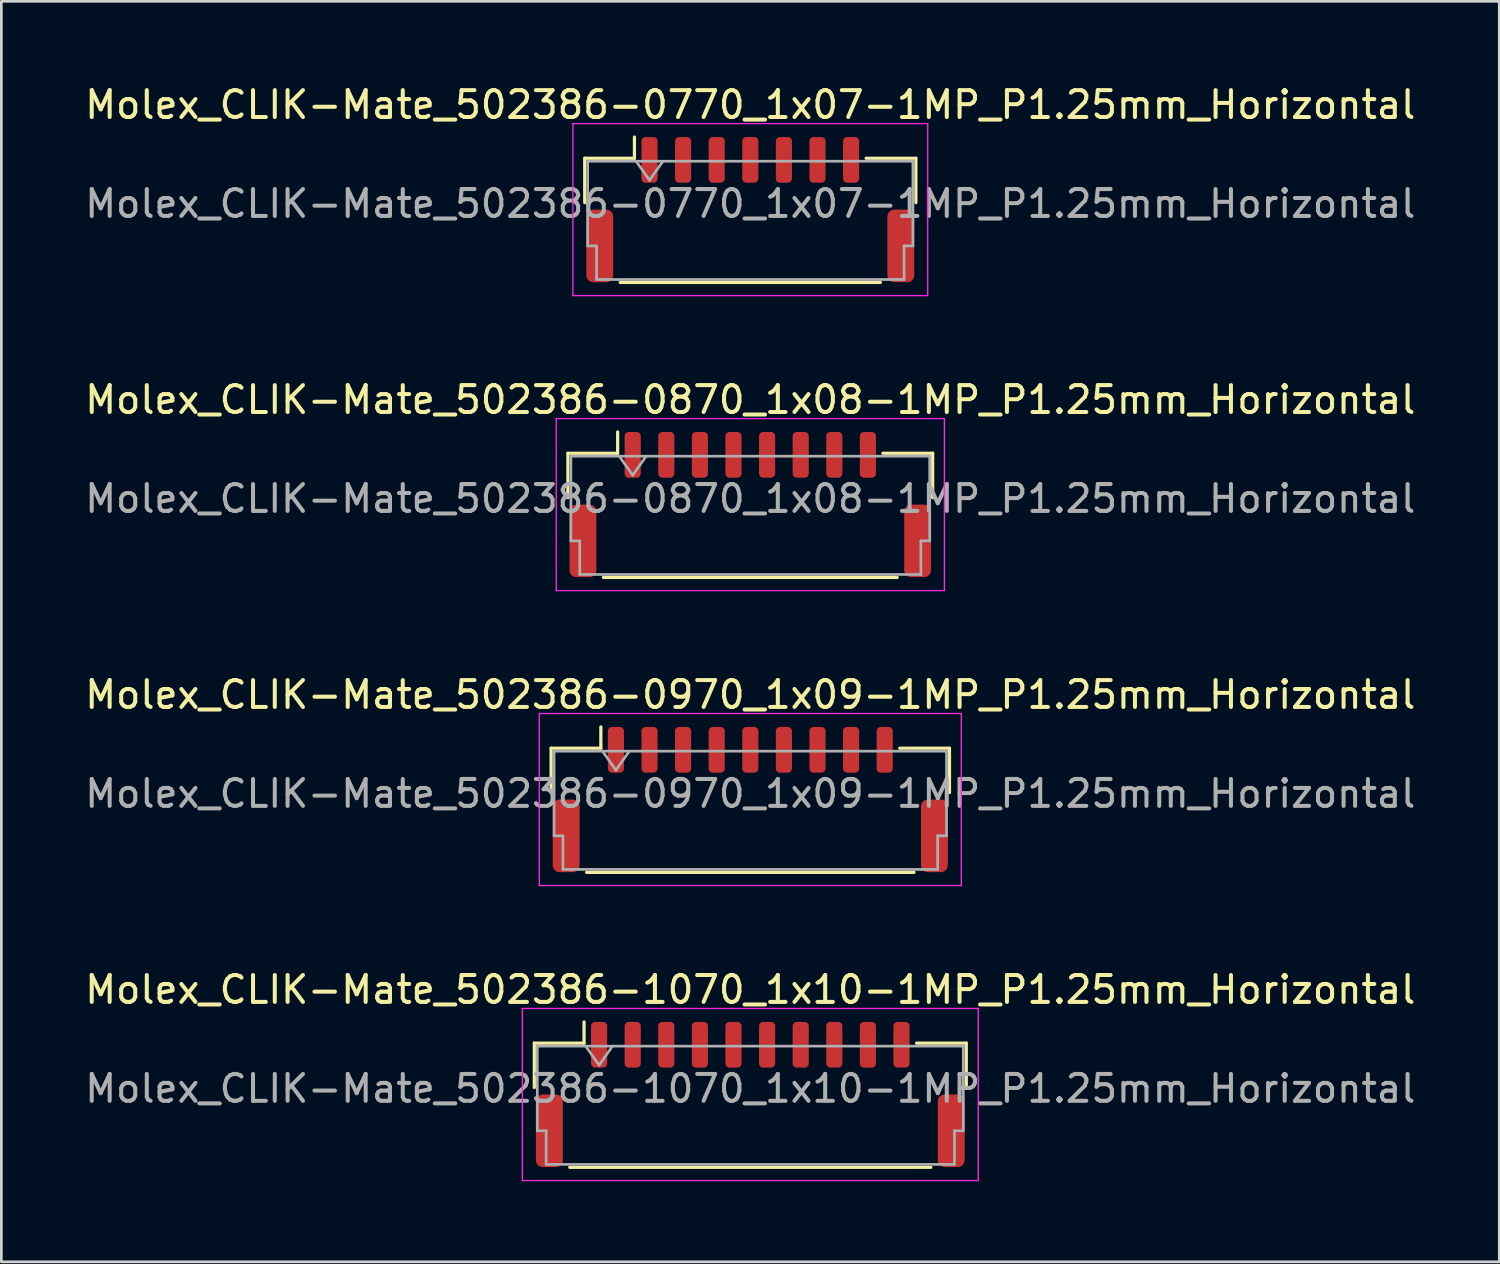
<source format=kicad_pcb>
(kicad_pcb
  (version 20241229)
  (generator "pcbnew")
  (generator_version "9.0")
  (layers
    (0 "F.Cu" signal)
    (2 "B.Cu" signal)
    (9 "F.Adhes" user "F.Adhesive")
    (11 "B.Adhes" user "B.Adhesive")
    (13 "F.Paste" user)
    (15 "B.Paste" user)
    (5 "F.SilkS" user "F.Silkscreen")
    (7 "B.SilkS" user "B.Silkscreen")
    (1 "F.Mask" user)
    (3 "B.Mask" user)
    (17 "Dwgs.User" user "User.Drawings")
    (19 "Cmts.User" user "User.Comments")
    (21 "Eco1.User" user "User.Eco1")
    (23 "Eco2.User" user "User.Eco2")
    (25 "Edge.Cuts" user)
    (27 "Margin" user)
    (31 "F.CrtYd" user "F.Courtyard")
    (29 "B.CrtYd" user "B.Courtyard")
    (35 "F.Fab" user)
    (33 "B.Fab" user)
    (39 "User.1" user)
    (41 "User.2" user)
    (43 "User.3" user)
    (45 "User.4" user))
  (footprint "Molex_CLIK-Mate_502386-1070_1x10-1MP_P1.25mm_Horizontal"
    (layer "F.Cu")
    (at 24.863 37.668)
    (property "Reference" "Molex_CLIK-Mate_502386-1070_1x10-1MP_P1.25mm_Horizontal" (at 0 -3.9 0) (layer "F.SilkS") (effects (font (size 1 1) (thickness 0.15))))
    (attr smd)
    (fp_line (start -8.035 -1.91) (end -6.185 -1.91) (stroke (width 0.12) (type solid)) (layer "F.SilkS"))
    (fp_line (start -8.035 -0.26) (end -8.035 -1.91) (stroke (width 0.12) (type solid)) (layer "F.SilkS"))
    (fp_line (start -6.715 2.71) (end 6.715 2.71) (stroke (width 0.12) (type solid)) (layer "F.SilkS"))
    (fp_line (start -6.185 -1.91) (end -6.185 -2.7) (stroke (width 0.12) (type solid)) (layer "F.SilkS"))
    (fp_line (start 8.035 -1.91) (end 6.185 -1.91) (stroke (width 0.12) (type solid)) (layer "F.SilkS"))
    (fp_line (start 8.035 -0.26) (end 8.035 -1.91) (stroke (width 0.12) (type solid)) (layer "F.SilkS"))
    (fp_line (start -8.48 -3.2) (end -8.48 3.2) (stroke (width 0.05) (type solid)) (layer "F.CrtYd"))
    (fp_line (start -8.48 3.2) (end 8.48 3.2) (stroke (width 0.05) (type solid)) (layer "F.CrtYd"))
    (fp_line (start 8.48 -3.2) (end -8.48 -3.2) (stroke (width 0.05) (type solid)) (layer "F.CrtYd"))
    (fp_line (start 8.48 3.2) (end 8.48 -3.2) (stroke (width 0.05) (type solid)) (layer "F.CrtYd"))
    (fp_line (start -7.925 -1.8) (end -7.925 1.35) (stroke (width 0.1) (type solid)) (layer "F.Fab"))
    (fp_line (start -7.925 -1.8) (end 7.925 -1.8) (stroke (width 0.1) (type solid)) (layer "F.Fab"))
    (fp_line (start -7.925 1.35) (end -7.595 1.35) (stroke (width 0.1) (type solid)) (layer "F.Fab"))
    (fp_line (start -7.595 1.35) (end -7.595 2.6) (stroke (width 0.1) (type solid)) (layer "F.Fab"))
    (fp_line (start -7.595 2.6) (end 7.595 2.6) (stroke (width 0.1) (type solid)) (layer "F.Fab"))
    (fp_line (start -6.125 -1.8) (end -5.625 -1.093) (stroke (width 0.1) (type solid)) (layer "F.Fab"))
    (fp_line (start -5.625 -1.093) (end -5.125 -1.8) (stroke (width 0.1) (type solid)) (layer "F.Fab"))
    (fp_line (start 7.595 1.35) (end 7.925 1.35) (stroke (width 0.1) (type solid)) (layer "F.Fab"))
    (fp_line (start 7.595 2.6) (end 7.595 1.35) (stroke (width 0.1) (type solid)) (layer "F.Fab"))
    (fp_line (start 7.925 -1.8) (end 7.925 1.35) (stroke (width 0.1) (type solid)) (layer "F.Fab"))
    (fp_text user "${REFERENCE}" (at 0 -0.22 0) (layer "F.Fab") (effects (font (size 1 1) (thickness 0.15))))
    (pad "1" smd roundrect (at -5.625 -1.85) (size 0.6 1.7) (layers "F.Cu" "F.Mask" "F.Paste") (roundrect_rratio 0.25))
    (pad "2" smd roundrect (at -4.375 -1.85) (size 0.6 1.7) (layers "F.Cu" "F.Mask" "F.Paste") (roundrect_rratio 0.25))
    (pad "3" smd roundrect (at -3.125 -1.85) (size 0.6 1.7) (layers "F.Cu" "F.Mask" "F.Paste") (roundrect_rratio 0.25))
    (pad "4" smd roundrect (at -1.875 -1.85) (size 0.6 1.7) (layers "F.Cu" "F.Mask" "F.Paste") (roundrect_rratio 0.25))
    (pad "5" smd roundrect (at -0.625 -1.85) (size 0.6 1.7) (layers "F.Cu" "F.Mask" "F.Paste") (roundrect_rratio 0.25))
    (pad "6" smd roundrect (at 0.625 -1.85) (size 0.6 1.7) (layers "F.Cu" "F.Mask" "F.Paste") (roundrect_rratio 0.25))
    (pad "7" smd roundrect (at 1.875 -1.85) (size 0.6 1.7) (layers "F.Cu" "F.Mask" "F.Paste") (roundrect_rratio 0.25))
    (pad "8" smd roundrect (at 3.125 -1.85) (size 0.6 1.7) (layers "F.Cu" "F.Mask" "F.Paste") (roundrect_rratio 0.25))
    (pad "9" smd roundrect (at 4.375 -1.85) (size 0.6 1.7) (layers "F.Cu" "F.Mask" "F.Paste") (roundrect_rratio 0.25))
    (pad "10" smd roundrect (at 5.625 -1.85) (size 0.6 1.7) (layers "F.Cu" "F.Mask" "F.Paste") (roundrect_rratio 0.25))
    (pad "MP" smd roundrect (at -7.475 1.35) (size 1 2.7) (layers "F.Cu" "F.Mask" "F.Paste") (roundrect_rratio 0.25))
    (pad "MP" smd roundrect (at 7.475 1.35) (size 1 2.7) (layers "F.Cu" "F.Mask" "F.Paste") (roundrect_rratio 0.25)))
  (footprint "Molex_CLIK-Mate_502386-0770_1x07-1MP_P1.25mm_Horizontal"
    (layer "F.Cu")
    (at 24.863 4.748)
    (property "Reference" "Molex_CLIK-Mate_502386-0770_1x07-1MP_P1.25mm_Horizontal" (at 0 -3.9 0) (layer "F.SilkS") (effects (font (size 1 1) (thickness 0.15))))
    (attr smd)
    (fp_line (start -6.16 -1.91) (end -4.31 -1.91) (stroke (width 0.12) (type solid)) (layer "F.SilkS"))
    (fp_line (start -6.16 -0.26) (end -6.16 -1.91) (stroke (width 0.12) (type solid)) (layer "F.SilkS"))
    (fp_line (start -4.84 2.71) (end 4.84 2.71) (stroke (width 0.12) (type solid)) (layer "F.SilkS"))
    (fp_line (start -4.31 -1.91) (end -4.31 -2.7) (stroke (width 0.12) (type solid)) (layer "F.SilkS"))
    (fp_line (start 6.16 -1.91) (end 4.31 -1.91) (stroke (width 0.12) (type solid)) (layer "F.SilkS"))
    (fp_line (start 6.16 -0.26) (end 6.16 -1.91) (stroke (width 0.12) (type solid)) (layer "F.SilkS"))
    (fp_line (start -6.6 -3.2) (end -6.6 3.2) (stroke (width 0.05) (type solid)) (layer "F.CrtYd"))
    (fp_line (start -6.6 3.2) (end 6.6 3.2) (stroke (width 0.05) (type solid)) (layer "F.CrtYd"))
    (fp_line (start 6.6 -3.2) (end -6.6 -3.2) (stroke (width 0.05) (type solid)) (layer "F.CrtYd"))
    (fp_line (start 6.6 3.2) (end 6.6 -3.2) (stroke (width 0.05) (type solid)) (layer "F.CrtYd"))
    (fp_line (start -6.05 -1.8) (end -6.05 1.35) (stroke (width 0.1) (type solid)) (layer "F.Fab"))
    (fp_line (start -6.05 -1.8) (end 6.05 -1.8) (stroke (width 0.1) (type solid)) (layer "F.Fab"))
    (fp_line (start -6.05 1.35) (end -5.72 1.35) (stroke (width 0.1) (type solid)) (layer "F.Fab"))
    (fp_line (start -5.72 1.35) (end -5.72 2.6) (stroke (width 0.1) (type solid)) (layer "F.Fab"))
    (fp_line (start -5.72 2.6) (end 5.72 2.6) (stroke (width 0.1) (type solid)) (layer "F.Fab"))
    (fp_line (start -4.25 -1.8) (end -3.75 -1.093) (stroke (width 0.1) (type solid)) (layer "F.Fab"))
    (fp_line (start -3.75 -1.093) (end -3.25 -1.8) (stroke (width 0.1) (type solid)) (layer "F.Fab"))
    (fp_line (start 5.72 1.35) (end 6.05 1.35) (stroke (width 0.1) (type solid)) (layer "F.Fab"))
    (fp_line (start 5.72 2.6) (end 5.72 1.35) (stroke (width 0.1) (type solid)) (layer "F.Fab"))
    (fp_line (start 6.05 -1.8) (end 6.05 1.35) (stroke (width 0.1) (type solid)) (layer "F.Fab"))
    (fp_text user "${REFERENCE}" (at 0 -0.22 0) (layer "F.Fab") (effects (font (size 1 1) (thickness 0.15))))
    (pad "1" smd roundrect (at -3.75 -1.85) (size 0.6 1.7) (layers "F.Cu" "F.Mask" "F.Paste") (roundrect_rratio 0.25))
    (pad "2" smd roundrect (at -2.5 -1.85) (size 0.6 1.7) (layers "F.Cu" "F.Mask" "F.Paste") (roundrect_rratio 0.25))
    (pad "3" smd roundrect (at -1.25 -1.85) (size 0.6 1.7) (layers "F.Cu" "F.Mask" "F.Paste") (roundrect_rratio 0.25))
    (pad "4" smd roundrect (at 0 -1.85) (size 0.6 1.7) (layers "F.Cu" "F.Mask" "F.Paste") (roundrect_rratio 0.25))
    (pad "5" smd roundrect (at 1.25 -1.85) (size 0.6 1.7) (layers "F.Cu" "F.Mask" "F.Paste") (roundrect_rratio 0.25))
    (pad "6" smd roundrect (at 2.5 -1.85) (size 0.6 1.7) (layers "F.Cu" "F.Mask" "F.Paste") (roundrect_rratio 0.25))
    (pad "7" smd roundrect (at 3.75 -1.85) (size 0.6 1.7) (layers "F.Cu" "F.Mask" "F.Paste") (roundrect_rratio 0.25))
    (pad "MP" smd roundrect (at -5.6 1.35) (size 1 2.7) (layers "F.Cu" "F.Mask" "F.Paste") (roundrect_rratio 0.25))
    (pad "MP" smd roundrect (at 5.6 1.35) (size 1 2.7) (layers "F.Cu" "F.Mask" "F.Paste") (roundrect_rratio 0.25)))
  (footprint "Molex_CLIK-Mate_502386-0870_1x08-1MP_P1.25mm_Horizontal"
    (layer "F.Cu")
    (at 24.863 15.722)
    (property "Reference" "Molex_CLIK-Mate_502386-0870_1x08-1MP_P1.25mm_Horizontal" (at 0 -3.9 0) (layer "F.SilkS") (effects (font (size 1 1) (thickness 0.15))))
    (attr smd)
    (fp_line (start -6.785 -1.91) (end -4.935 -1.91) (stroke (width 0.12) (type solid)) (layer "F.SilkS"))
    (fp_line (start -6.785 -0.26) (end -6.785 -1.91) (stroke (width 0.12) (type solid)) (layer "F.SilkS"))
    (fp_line (start -5.465 2.71) (end 5.465 2.71) (stroke (width 0.12) (type solid)) (layer "F.SilkS"))
    (fp_line (start -4.935 -1.91) (end -4.935 -2.7) (stroke (width 0.12) (type solid)) (layer "F.SilkS"))
    (fp_line (start 6.785 -1.91) (end 4.935 -1.91) (stroke (width 0.12) (type solid)) (layer "F.SilkS"))
    (fp_line (start 6.785 -0.26) (end 6.785 -1.91) (stroke (width 0.12) (type solid)) (layer "F.SilkS"))
    (fp_line (start -7.22 -3.2) (end -7.22 3.2) (stroke (width 0.05) (type solid)) (layer "F.CrtYd"))
    (fp_line (start -7.22 3.2) (end 7.22 3.2) (stroke (width 0.05) (type solid)) (layer "F.CrtYd"))
    (fp_line (start 7.22 -3.2) (end -7.22 -3.2) (stroke (width 0.05) (type solid)) (layer "F.CrtYd"))
    (fp_line (start 7.22 3.2) (end 7.22 -3.2) (stroke (width 0.05) (type solid)) (layer "F.CrtYd"))
    (fp_line (start -6.675 -1.8) (end -6.675 1.35) (stroke (width 0.1) (type solid)) (layer "F.Fab"))
    (fp_line (start -6.675 -1.8) (end 6.675 -1.8) (stroke (width 0.1) (type solid)) (layer "F.Fab"))
    (fp_line (start -6.675 1.35) (end -6.345 1.35) (stroke (width 0.1) (type solid)) (layer "F.Fab"))
    (fp_line (start -6.345 1.35) (end -6.345 2.6) (stroke (width 0.1) (type solid)) (layer "F.Fab"))
    (fp_line (start -6.345 2.6) (end 6.345 2.6) (stroke (width 0.1) (type solid)) (layer "F.Fab"))
    (fp_line (start -4.875 -1.8) (end -4.375 -1.093) (stroke (width 0.1) (type solid)) (layer "F.Fab"))
    (fp_line (start -4.375 -1.093) (end -3.875 -1.8) (stroke (width 0.1) (type solid)) (layer "F.Fab"))
    (fp_line (start 6.345 1.35) (end 6.675 1.35) (stroke (width 0.1) (type solid)) (layer "F.Fab"))
    (fp_line (start 6.345 2.6) (end 6.345 1.35) (stroke (width 0.1) (type solid)) (layer "F.Fab"))
    (fp_line (start 6.675 -1.8) (end 6.675 1.35) (stroke (width 0.1) (type solid)) (layer "F.Fab"))
    (fp_text user "${REFERENCE}" (at 0 -0.22 0) (layer "F.Fab") (effects (font (size 1 1) (thickness 0.15))))
    (pad "1" smd roundrect (at -4.375 -1.85) (size 0.6 1.7) (layers "F.Cu" "F.Mask" "F.Paste") (roundrect_rratio 0.25))
    (pad "2" smd roundrect (at -3.125 -1.85) (size 0.6 1.7) (layers "F.Cu" "F.Mask" "F.Paste") (roundrect_rratio 0.25))
    (pad "3" smd roundrect (at -1.875 -1.85) (size 0.6 1.7) (layers "F.Cu" "F.Mask" "F.Paste") (roundrect_rratio 0.25))
    (pad "4" smd roundrect (at -0.625 -1.85) (size 0.6 1.7) (layers "F.Cu" "F.Mask" "F.Paste") (roundrect_rratio 0.25))
    (pad "5" smd roundrect (at 0.625 -1.85) (size 0.6 1.7) (layers "F.Cu" "F.Mask" "F.Paste") (roundrect_rratio 0.25))
    (pad "6" smd roundrect (at 1.875 -1.85) (size 0.6 1.7) (layers "F.Cu" "F.Mask" "F.Paste") (roundrect_rratio 0.25))
    (pad "7" smd roundrect (at 3.125 -1.85) (size 0.6 1.7) (layers "F.Cu" "F.Mask" "F.Paste") (roundrect_rratio 0.25))
    (pad "8" smd roundrect (at 4.375 -1.85) (size 0.6 1.7) (layers "F.Cu" "F.Mask" "F.Paste") (roundrect_rratio 0.25))
    (pad "MP" smd roundrect (at -6.225 1.35) (size 1 2.7) (layers "F.Cu" "F.Mask" "F.Paste") (roundrect_rratio 0.25))
    (pad "MP" smd roundrect (at 6.225 1.35) (size 1 2.7) (layers "F.Cu" "F.Mask" "F.Paste") (roundrect_rratio 0.25)))
  (footprint "Molex_CLIK-Mate_502386-0970_1x09-1MP_P1.25mm_Horizontal"
    (layer "F.Cu")
    (at 24.863 26.695)
    (property "Reference" "Molex_CLIK-Mate_502386-0970_1x09-1MP_P1.25mm_Horizontal" (at 0 -3.9 0) (layer "F.SilkS") (effects (font (size 1 1) (thickness 0.15))))
    (attr smd)
    (fp_line (start -7.41 -1.91) (end -5.56 -1.91) (stroke (width 0.12) (type solid)) (layer "F.SilkS"))
    (fp_line (start -7.41 -0.26) (end -7.41 -1.91) (stroke (width 0.12) (type solid)) (layer "F.SilkS"))
    (fp_line (start -6.09 2.71) (end 6.09 2.71) (stroke (width 0.12) (type solid)) (layer "F.SilkS"))
    (fp_line (start -5.56 -1.91) (end -5.56 -2.7) (stroke (width 0.12) (type solid)) (layer "F.SilkS"))
    (fp_line (start 7.41 -1.91) (end 5.56 -1.91) (stroke (width 0.12) (type solid)) (layer "F.SilkS"))
    (fp_line (start 7.41 -0.26) (end 7.41 -1.91) (stroke (width 0.12) (type solid)) (layer "F.SilkS"))
    (fp_line (start -7.85 -3.2) (end -7.85 3.2) (stroke (width 0.05) (type solid)) (layer "F.CrtYd"))
    (fp_line (start -7.85 3.2) (end 7.85 3.2) (stroke (width 0.05) (type solid)) (layer "F.CrtYd"))
    (fp_line (start 7.85 -3.2) (end -7.85 -3.2) (stroke (width 0.05) (type solid)) (layer "F.CrtYd"))
    (fp_line (start 7.85 3.2) (end 7.85 -3.2) (stroke (width 0.05) (type solid)) (layer "F.CrtYd"))
    (fp_line (start -7.3 -1.8) (end -7.3 1.35) (stroke (width 0.1) (type solid)) (layer "F.Fab"))
    (fp_line (start -7.3 -1.8) (end 7.3 -1.8) (stroke (width 0.1) (type solid)) (layer "F.Fab"))
    (fp_line (start -7.3 1.35) (end -6.97 1.35) (stroke (width 0.1) (type solid)) (layer "F.Fab"))
    (fp_line (start -6.97 1.35) (end -6.97 2.6) (stroke (width 0.1) (type solid)) (layer "F.Fab"))
    (fp_line (start -6.97 2.6) (end 6.97 2.6) (stroke (width 0.1) (type solid)) (layer "F.Fab"))
    (fp_line (start -5.5 -1.8) (end -5 -1.093) (stroke (width 0.1) (type solid)) (layer "F.Fab"))
    (fp_line (start -5 -1.093) (end -4.5 -1.8) (stroke (width 0.1) (type solid)) (layer "F.Fab"))
    (fp_line (start 6.97 1.35) (end 7.3 1.35) (stroke (width 0.1) (type solid)) (layer "F.Fab"))
    (fp_line (start 6.97 2.6) (end 6.97 1.35) (stroke (width 0.1) (type solid)) (layer "F.Fab"))
    (fp_line (start 7.3 -1.8) (end 7.3 1.35) (stroke (width 0.1) (type solid)) (layer "F.Fab"))
    (fp_text user "${REFERENCE}" (at 0 -0.22 0) (layer "F.Fab") (effects (font (size 1 1) (thickness 0.15))))
    (pad "1" smd roundrect (at -5 -1.85) (size 0.6 1.7) (layers "F.Cu" "F.Mask" "F.Paste") (roundrect_rratio 0.25))
    (pad "2" smd roundrect (at -3.75 -1.85) (size 0.6 1.7) (layers "F.Cu" "F.Mask" "F.Paste") (roundrect_rratio 0.25))
    (pad "3" smd roundrect (at -2.5 -1.85) (size 0.6 1.7) (layers "F.Cu" "F.Mask" "F.Paste") (roundrect_rratio 0.25))
    (pad "4" smd roundrect (at -1.25 -1.85) (size 0.6 1.7) (layers "F.Cu" "F.Mask" "F.Paste") (roundrect_rratio 0.25))
    (pad "5" smd roundrect (at 0 -1.85) (size 0.6 1.7) (layers "F.Cu" "F.Mask" "F.Paste") (roundrect_rratio 0.25))
    (pad "6" smd roundrect (at 1.25 -1.85) (size 0.6 1.7) (layers "F.Cu" "F.Mask" "F.Paste") (roundrect_rratio 0.25))
    (pad "7" smd roundrect (at 2.5 -1.85) (size 0.6 1.7) (layers "F.Cu" "F.Mask" "F.Paste") (roundrect_rratio 0.25))
    (pad "8" smd roundrect (at 3.75 -1.85) (size 0.6 1.7) (layers "F.Cu" "F.Mask" "F.Paste") (roundrect_rratio 0.25))
    (pad "9" smd roundrect (at 5 -1.85) (size 0.6 1.7) (layers "F.Cu" "F.Mask" "F.Paste") (roundrect_rratio 0.25))
    (pad "MP" smd roundrect (at -6.85 1.35) (size 1 2.7) (layers "F.Cu" "F.Mask" "F.Paste") (roundrect_rratio 0.25))
    (pad "MP" smd roundrect (at 6.85 1.35) (size 1 2.7) (layers "F.Cu" "F.Mask" "F.Paste") (roundrect_rratio 0.25)))
  (gr_rect
    (start -3 -3)
    (end 52.726 43.893)
    (stroke (width 0.1) (type default))
    (fill no)
    (layer "Edge.Cuts")))
</source>
